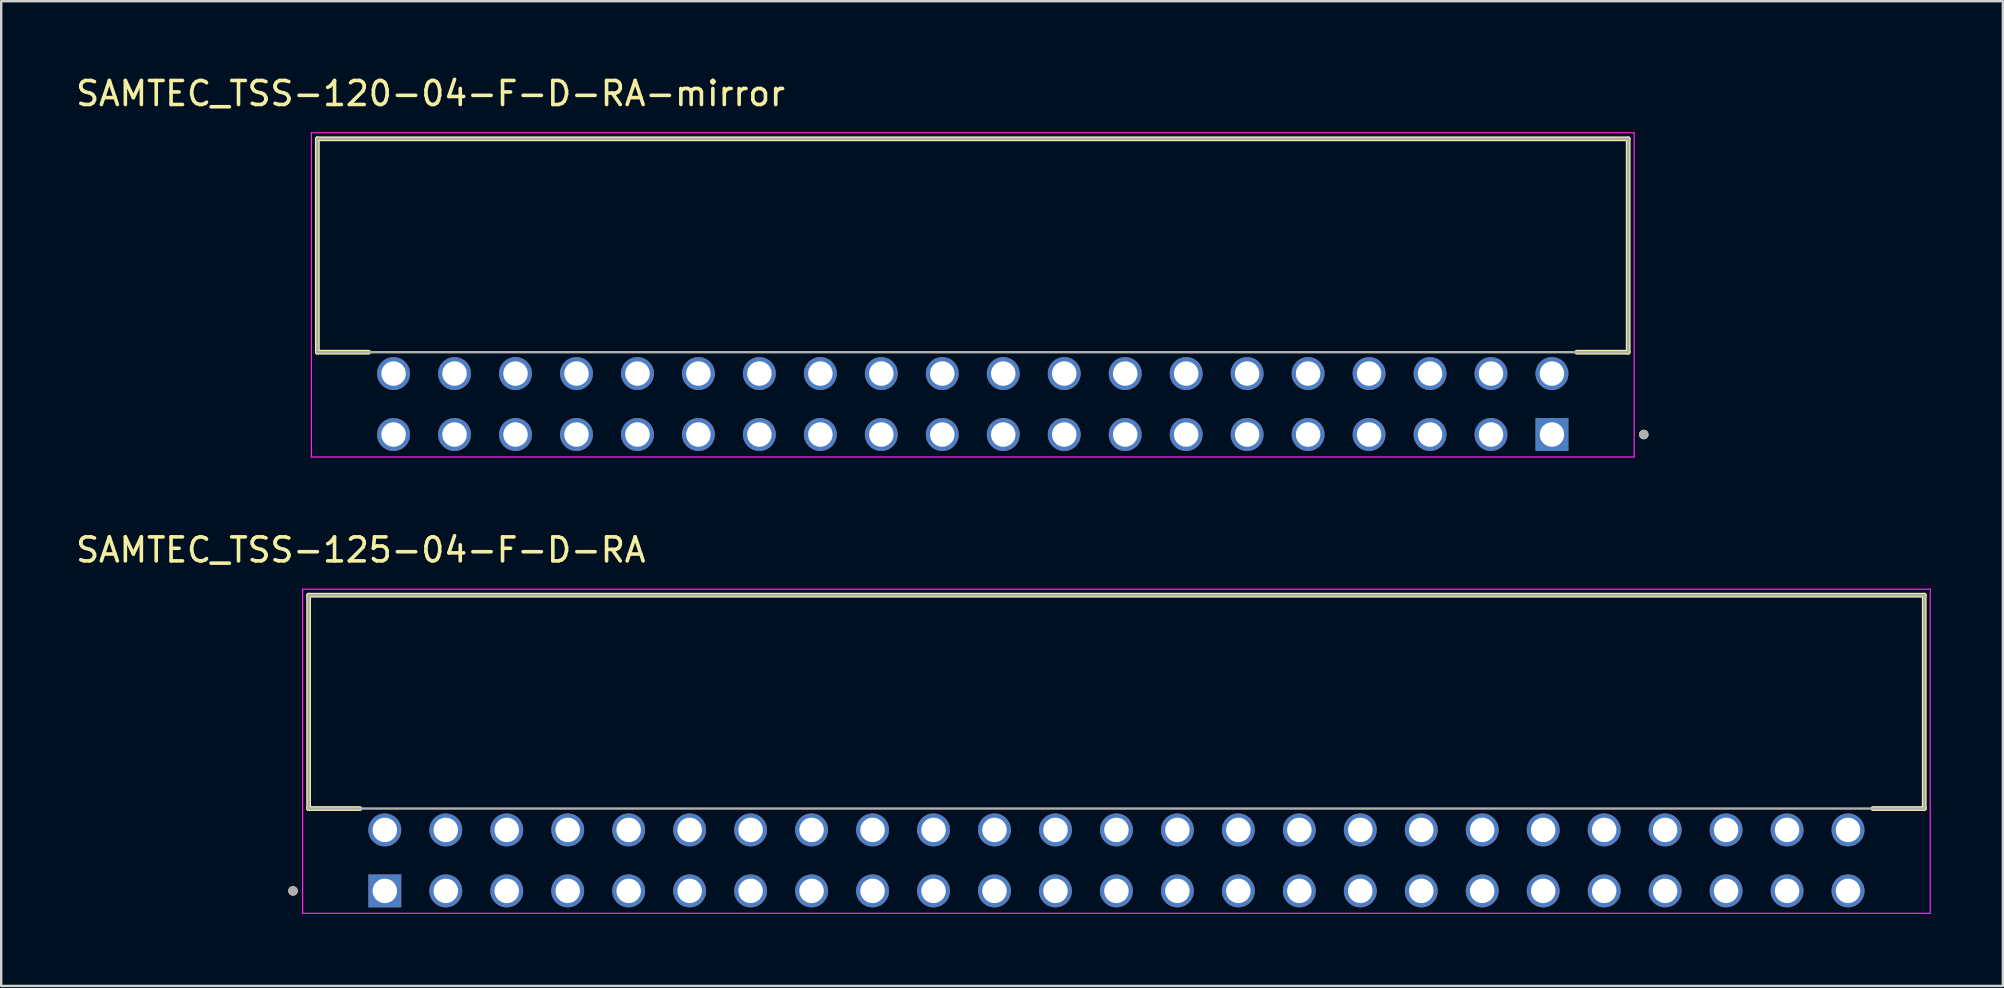
<source format=kicad_pcb>
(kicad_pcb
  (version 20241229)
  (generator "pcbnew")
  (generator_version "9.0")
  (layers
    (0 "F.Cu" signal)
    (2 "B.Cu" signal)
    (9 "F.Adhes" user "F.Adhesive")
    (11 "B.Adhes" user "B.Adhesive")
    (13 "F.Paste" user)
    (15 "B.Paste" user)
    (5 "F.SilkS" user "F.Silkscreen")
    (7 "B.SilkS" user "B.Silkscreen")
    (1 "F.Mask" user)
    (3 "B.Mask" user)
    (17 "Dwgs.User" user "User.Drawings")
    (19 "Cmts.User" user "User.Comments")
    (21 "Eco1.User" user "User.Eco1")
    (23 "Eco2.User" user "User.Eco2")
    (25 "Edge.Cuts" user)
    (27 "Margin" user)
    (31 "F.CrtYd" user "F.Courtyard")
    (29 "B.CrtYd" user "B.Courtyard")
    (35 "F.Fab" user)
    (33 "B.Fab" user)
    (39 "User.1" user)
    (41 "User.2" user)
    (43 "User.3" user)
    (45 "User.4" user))
  (footprint "SAMTEC_TSS-125-04-F-D-RA"
    (layer "F.Cu")
    (at 12.982 34.066)
    (property "Reference" "SAMTEC_TSS-125-04-F-D-RA" (at -1 -14.205 0) (layer "F.SilkS") (effects (font (size 1 1) (thickness 0.15))))
    (attr through_hole)
    (fp_line (start -3.175 -12.32) (end 64.135 -12.32) (stroke (width 0.2) (type solid)) (layer "F.SilkS"))
    (fp_line (start -3.175 -3.43) (end -3.175 -12.32) (stroke (width 0.2) (type solid)) (layer "F.SilkS"))
    (fp_line (start -1.035 -3.43) (end -3.175 -3.43) (stroke (width 0.2) (type solid)) (layer "F.SilkS"))
    (fp_line (start 61.995 -3.43) (end 64.135 -3.43) (stroke (width 0.2) (type solid)) (layer "F.SilkS"))
    (fp_line (start 64.135 -12.32) (end 64.135 -3.43) (stroke (width 0.2) (type solid)) (layer "F.SilkS"))
    (fp_circle (center -3.825 0) (end -3.725 0) (stroke (width 0.2) (type solid)) (fill no) (layer "F.SilkS"))
    (fp_line (start -3.425 -12.57) (end 64.385 -12.57) (stroke (width 0.05) (type solid)) (layer "F.CrtYd"))
    (fp_line (start -3.425 0.935) (end -3.425 -12.57) (stroke (width 0.05) (type solid)) (layer "F.CrtYd"))
    (fp_line (start 64.385 -12.57) (end 64.385 0.935) (stroke (width 0.05) (type solid)) (layer "F.CrtYd"))
    (fp_line (start 64.385 0.935) (end -3.425 0.935) (stroke (width 0.05) (type solid)) (layer "F.CrtYd"))
    (fp_line (start -3.175 -12.32) (end 64.135 -12.32) (stroke (width 0.1) (type solid)) (layer "F.Fab"))
    (fp_line (start -3.175 -3.43) (end -3.175 -12.32) (stroke (width 0.1) (type solid)) (layer "F.Fab"))
    (fp_line (start 64.135 -12.32) (end 64.135 -3.43) (stroke (width 0.1) (type solid)) (layer "F.Fab"))
    (fp_line (start 64.135 -3.43) (end -3.175 -3.43) (stroke (width 0.1) (type solid)) (layer "F.Fab"))
    (fp_circle (center -3.825 0) (end -3.725 0) (stroke (width 0.2) (type solid)) (fill no) (layer "F.Fab"))
    (pad "1" thru_hole rect (at 0 0) (size 1.37 1.37) (drill 1.02) (layers "*.Cu" "*.Mask"))
    (pad "2" thru_hole circle (at 0 -2.54) (size 1.37 1.37) (drill 1.02) (layers "*.Cu" "*.Mask"))
    (pad "3" thru_hole circle (at 2.54 0) (size 1.37 1.37) (drill 1.02) (layers "*.Cu" "*.Mask"))
    (pad "4" thru_hole circle (at 2.54 -2.54) (size 1.37 1.37) (drill 1.02) (layers "*.Cu" "*.Mask"))
    (pad "5" thru_hole circle (at 5.08 0) (size 1.37 1.37) (drill 1.02) (layers "*.Cu" "*.Mask"))
    (pad "6" thru_hole circle (at 5.08 -2.54) (size 1.37 1.37) (drill 1.02) (layers "*.Cu" "*.Mask"))
    (pad "7" thru_hole circle (at 7.62 0) (size 1.37 1.37) (drill 1.02) (layers "*.Cu" "*.Mask"))
    (pad "8" thru_hole circle (at 7.62 -2.54) (size 1.37 1.37) (drill 1.02) (layers "*.Cu" "*.Mask"))
    (pad "9" thru_hole circle (at 10.16 0) (size 1.37 1.37) (drill 1.02) (layers "*.Cu" "*.Mask"))
    (pad "10" thru_hole circle (at 10.16 -2.54) (size 1.37 1.37) (drill 1.02) (layers "*.Cu" "*.Mask"))
    (pad "11" thru_hole circle (at 12.7 0) (size 1.37 1.37) (drill 1.02) (layers "*.Cu" "*.Mask"))
    (pad "12" thru_hole circle (at 12.7 -2.54) (size 1.37 1.37) (drill 1.02) (layers "*.Cu" "*.Mask"))
    (pad "13" thru_hole circle (at 15.24 0) (size 1.37 1.37) (drill 1.02) (layers "*.Cu" "*.Mask"))
    (pad "14" thru_hole circle (at 15.24 -2.54) (size 1.37 1.37) (drill 1.02) (layers "*.Cu" "*.Mask"))
    (pad "15" thru_hole circle (at 17.78 0) (size 1.37 1.37) (drill 1.02) (layers "*.Cu" "*.Mask"))
    (pad "16" thru_hole circle (at 17.78 -2.54) (size 1.37 1.37) (drill 1.02) (layers "*.Cu" "*.Mask"))
    (pad "17" thru_hole circle (at 20.32 0) (size 1.37 1.37) (drill 1.02) (layers "*.Cu" "*.Mask"))
    (pad "18" thru_hole circle (at 20.32 -2.54) (size 1.37 1.37) (drill 1.02) (layers "*.Cu" "*.Mask"))
    (pad "19" thru_hole circle (at 22.86 0) (size 1.37 1.37) (drill 1.02) (layers "*.Cu" "*.Mask"))
    (pad "20" thru_hole circle (at 22.86 -2.54) (size 1.37 1.37) (drill 1.02) (layers "*.Cu" "*.Mask"))
    (pad "21" thru_hole circle (at 25.4 0) (size 1.37 1.37) (drill 1.02) (layers "*.Cu" "*.Mask"))
    (pad "22" thru_hole circle (at 25.4 -2.54) (size 1.37 1.37) (drill 1.02) (layers "*.Cu" "*.Mask"))
    (pad "23" thru_hole circle (at 27.94 0) (size 1.37 1.37) (drill 1.02) (layers "*.Cu" "*.Mask"))
    (pad "24" thru_hole circle (at 27.94 -2.54) (size 1.37 1.37) (drill 1.02) (layers "*.Cu" "*.Mask"))
    (pad "25" thru_hole circle (at 30.48 0) (size 1.37 1.37) (drill 1.02) (layers "*.Cu" "*.Mask"))
    (pad "26" thru_hole circle (at 30.48 -2.54) (size 1.37 1.37) (drill 1.02) (layers "*.Cu" "*.Mask"))
    (pad "27" thru_hole circle (at 33.02 0) (size 1.37 1.37) (drill 1.02) (layers "*.Cu" "*.Mask"))
    (pad "28" thru_hole circle (at 33.02 -2.54) (size 1.37 1.37) (drill 1.02) (layers "*.Cu" "*.Mask"))
    (pad "29" thru_hole circle (at 35.56 0) (size 1.37 1.37) (drill 1.02) (layers "*.Cu" "*.Mask"))
    (pad "30" thru_hole circle (at 35.56 -2.54) (size 1.37 1.37) (drill 1.02) (layers "*.Cu" "*.Mask"))
    (pad "31" thru_hole circle (at 38.1 0) (size 1.37 1.37) (drill 1.02) (layers "*.Cu" "*.Mask"))
    (pad "32" thru_hole circle (at 38.1 -2.54) (size 1.37 1.37) (drill 1.02) (layers "*.Cu" "*.Mask"))
    (pad "33" thru_hole circle (at 40.64 0) (size 1.37 1.37) (drill 1.02) (layers "*.Cu" "*.Mask"))
    (pad "34" thru_hole circle (at 40.64 -2.54) (size 1.37 1.37) (drill 1.02) (layers "*.Cu" "*.Mask"))
    (pad "35" thru_hole circle (at 43.18 0) (size 1.37 1.37) (drill 1.02) (layers "*.Cu" "*.Mask"))
    (pad "36" thru_hole circle (at 43.18 -2.54) (size 1.37 1.37) (drill 1.02) (layers "*.Cu" "*.Mask"))
    (pad "37" thru_hole circle (at 45.72 0) (size 1.37 1.37) (drill 1.02) (layers "*.Cu" "*.Mask"))
    (pad "38" thru_hole circle (at 45.72 -2.54) (size 1.37 1.37) (drill 1.02) (layers "*.Cu" "*.Mask"))
    (pad "39" thru_hole circle (at 48.26 0) (size 1.37 1.37) (drill 1.02) (layers "*.Cu" "*.Mask"))
    (pad "40" thru_hole circle (at 48.26 -2.54) (size 1.37 1.37) (drill 1.02) (layers "*.Cu" "*.Mask"))
    (pad "41" thru_hole circle (at 50.8 0) (size 1.37 1.37) (drill 1.02) (layers "*.Cu" "*.Mask"))
    (pad "42" thru_hole circle (at 50.8 -2.54) (size 1.37 1.37) (drill 1.02) (layers "*.Cu" "*.Mask"))
    (pad "43" thru_hole circle (at 53.34 0) (size 1.37 1.37) (drill 1.02) (layers "*.Cu" "*.Mask"))
    (pad "44" thru_hole circle (at 53.34 -2.54) (size 1.37 1.37) (drill 1.02) (layers "*.Cu" "*.Mask"))
    (pad "45" thru_hole circle (at 55.88 0) (size 1.37 1.37) (drill 1.02) (layers "*.Cu" "*.Mask"))
    (pad "46" thru_hole circle (at 55.88 -2.54) (size 1.37 1.37) (drill 1.02) (layers "*.Cu" "*.Mask"))
    (pad "47" thru_hole circle (at 58.42 0) (size 1.37 1.37) (drill 1.02) (layers "*.Cu" "*.Mask"))
    (pad "48" thru_hole circle (at 58.42 -2.54) (size 1.37 1.37) (drill 1.02) (layers "*.Cu" "*.Mask"))
    (pad "49" thru_hole circle (at 60.96 0) (size 1.37 1.37) (drill 1.02) (layers "*.Cu" "*.Mask"))
    (pad "50" thru_hole circle (at 60.96 -2.54) (size 1.37 1.37) (drill 1.02) (layers "*.Cu" "*.Mask")))
  (footprint "SAMTEC_TSS-120-04-F-D-RA-mirror"
    (layer "F.Cu")
    (at 15.887 15.053)
    (property "Reference" "SAMTEC_TSS-120-04-F-D-RA-mirror" (at -1 -14.205 0) (layer "F.SilkS") (effects (font (size 1 1) (thickness 0.15))))
    (attr through_hole)
    (fp_line (start -5.715 -12.32) (end -5.715 -3.43) (stroke (width 0.2) (type solid)) (layer "F.SilkS"))
    (fp_line (start -3.575 -3.43) (end -5.715 -3.43) (stroke (width 0.2) (type solid)) (layer "F.SilkS"))
    (fp_line (start 46.755 -3.43) (end 48.895 -3.43) (stroke (width 0.2) (type solid)) (layer "F.SilkS"))
    (fp_line (start 48.895 -12.32) (end -5.715 -12.32) (stroke (width 0.2) (type solid)) (layer "F.SilkS"))
    (fp_line (start 48.895 -3.43) (end 48.895 -12.32) (stroke (width 0.2) (type solid)) (layer "F.SilkS"))
    (fp_circle (center 49.545 0) (end 49.445 0) (stroke (width 0.2) (type solid)) (fill no) (layer "F.SilkS"))
    (fp_line (start -5.965 -12.57) (end -5.965 0.935) (stroke (width 0.05) (type solid)) (layer "F.CrtYd"))
    (fp_line (start -5.965 0.935) (end 49.145 0.935) (stroke (width 0.05) (type solid)) (layer "F.CrtYd"))
    (fp_line (start 49.145 -12.57) (end -5.965 -12.57) (stroke (width 0.05) (type solid)) (layer "F.CrtYd"))
    (fp_line (start 49.145 0.935) (end 49.145 -12.57) (stroke (width 0.05) (type solid)) (layer "F.CrtYd"))
    (fp_line (start -5.715 -12.32) (end -5.715 -3.43) (stroke (width 0.1) (type solid)) (layer "F.Fab"))
    (fp_line (start -5.715 -3.43) (end 48.895 -3.43) (stroke (width 0.1) (type solid)) (layer "F.Fab"))
    (fp_line (start 48.895 -12.32) (end -5.715 -12.32) (stroke (width 0.1) (type solid)) (layer "F.Fab"))
    (fp_line (start 48.895 -3.43) (end 48.895 -12.32) (stroke (width 0.1) (type solid)) (layer "F.Fab"))
    (fp_circle (center 49.545 0) (end 49.445 0) (stroke (width 0.2) (type solid)) (fill no) (layer "F.Fab"))
    (pad "1" thru_hole rect (at 45.72 0) (size 1.37 1.37) (drill 1.02) (layers "*.Cu" "*.Mask"))
    (pad "2" thru_hole circle (at 45.72 -2.54) (size 1.37 1.37) (drill 1.02) (layers "*.Cu" "*.Mask"))
    (pad "3" thru_hole circle (at 43.18 0) (size 1.37 1.37) (drill 1.02) (layers "*.Cu" "*.Mask"))
    (pad "4" thru_hole circle (at 43.18 -2.54) (size 1.37 1.37) (drill 1.02) (layers "*.Cu" "*.Mask"))
    (pad "5" thru_hole circle (at 40.64 0) (size 1.37 1.37) (drill 1.02) (layers "*.Cu" "*.Mask"))
    (pad "6" thru_hole circle (at 40.64 -2.54) (size 1.37 1.37) (drill 1.02) (layers "*.Cu" "*.Mask"))
    (pad "7" thru_hole circle (at 38.1 0) (size 1.37 1.37) (drill 1.02) (layers "*.Cu" "*.Mask"))
    (pad "8" thru_hole circle (at 38.1 -2.54) (size 1.37 1.37) (drill 1.02) (layers "*.Cu" "*.Mask"))
    (pad "9" thru_hole circle (at 35.56 0) (size 1.37 1.37) (drill 1.02) (layers "*.Cu" "*.Mask"))
    (pad "10" thru_hole circle (at 35.56 -2.54) (size 1.37 1.37) (drill 1.02) (layers "*.Cu" "*.Mask"))
    (pad "11" thru_hole circle (at 33.02 0) (size 1.37 1.37) (drill 1.02) (layers "*.Cu" "*.Mask"))
    (pad "12" thru_hole circle (at 33.02 -2.54) (size 1.37 1.37) (drill 1.02) (layers "*.Cu" "*.Mask"))
    (pad "13" thru_hole circle (at 30.48 0) (size 1.37 1.37) (drill 1.02) (layers "*.Cu" "*.Mask"))
    (pad "14" thru_hole circle (at 30.48 -2.54) (size 1.37 1.37) (drill 1.02) (layers "*.Cu" "*.Mask"))
    (pad "15" thru_hole circle (at 27.94 0) (size 1.37 1.37) (drill 1.02) (layers "*.Cu" "*.Mask"))
    (pad "16" thru_hole circle (at 27.94 -2.54) (size 1.37 1.37) (drill 1.02) (layers "*.Cu" "*.Mask"))
    (pad "17" thru_hole circle (at 25.4 0) (size 1.37 1.37) (drill 1.02) (layers "*.Cu" "*.Mask"))
    (pad "18" thru_hole circle (at 25.4 -2.54) (size 1.37 1.37) (drill 1.02) (layers "*.Cu" "*.Mask"))
    (pad "19" thru_hole circle (at 22.86 0) (size 1.37 1.37) (drill 1.02) (layers "*.Cu" "*.Mask"))
    (pad "20" thru_hole circle (at 22.86 -2.54) (size 1.37 1.37) (drill 1.02) (layers "*.Cu" "*.Mask"))
    (pad "21" thru_hole circle (at 20.32 0) (size 1.37 1.37) (drill 1.02) (layers "*.Cu" "*.Mask"))
    (pad "22" thru_hole circle (at 20.32 -2.54) (size 1.37 1.37) (drill 1.02) (layers "*.Cu" "*.Mask"))
    (pad "23" thru_hole circle (at 17.78 0) (size 1.37 1.37) (drill 1.02) (layers "*.Cu" "*.Mask"))
    (pad "24" thru_hole circle (at 17.78 -2.54) (size 1.37 1.37) (drill 1.02) (layers "*.Cu" "*.Mask"))
    (pad "25" thru_hole circle (at 15.24 0) (size 1.37 1.37) (drill 1.02) (layers "*.Cu" "*.Mask"))
    (pad "26" thru_hole circle (at 15.24 -2.54) (size 1.37 1.37) (drill 1.02) (layers "*.Cu" "*.Mask"))
    (pad "27" thru_hole circle (at 12.7 0) (size 1.37 1.37) (drill 1.02) (layers "*.Cu" "*.Mask"))
    (pad "28" thru_hole circle (at 12.7 -2.54) (size 1.37 1.37) (drill 1.02) (layers "*.Cu" "*.Mask"))
    (pad "29" thru_hole circle (at 10.16 0) (size 1.37 1.37) (drill 1.02) (layers "*.Cu" "*.Mask"))
    (pad "30" thru_hole circle (at 10.16 -2.54) (size 1.37 1.37) (drill 1.02) (layers "*.Cu" "*.Mask"))
    (pad "31" thru_hole circle (at 7.62 0) (size 1.37 1.37) (drill 1.02) (layers "*.Cu" "*.Mask"))
    (pad "32" thru_hole circle (at 7.62 -2.54) (size 1.37 1.37) (drill 1.02) (layers "*.Cu" "*.Mask"))
    (pad "33" thru_hole circle (at 5.08 0) (size 1.37 1.37) (drill 1.02) (layers "*.Cu" "*.Mask"))
    (pad "34" thru_hole circle (at 5.08 -2.54) (size 1.37 1.37) (drill 1.02) (layers "*.Cu" "*.Mask"))
    (pad "35" thru_hole circle (at 2.54 0) (size 1.37 1.37) (drill 1.02) (layers "*.Cu" "*.Mask"))
    (pad "36" thru_hole circle (at 2.54 -2.54) (size 1.37 1.37) (drill 1.02) (layers "*.Cu" "*.Mask"))
    (pad "37" thru_hole circle (at 0 0) (size 1.37 1.37) (drill 1.02) (layers "*.Cu" "*.Mask"))
    (pad "38" thru_hole circle (at 0 -2.54) (size 1.37 1.37) (drill 1.02) (layers "*.Cu" "*.Mask"))
    (pad "39" thru_hole circle (at -2.54 0) (size 1.37 1.37) (drill 1.02) (layers "*.Cu" "*.Mask"))
    (pad "40" thru_hole circle (at -2.54 -2.54) (size 1.37 1.37) (drill 1.02) (layers "*.Cu" "*.Mask")))
  (gr_rect
    (start -3 -3)
    (end 80.392 38.026)
    (stroke (width 0.1) (type default))
    (fill no)
    (layer "Edge.Cuts")))
</source>
